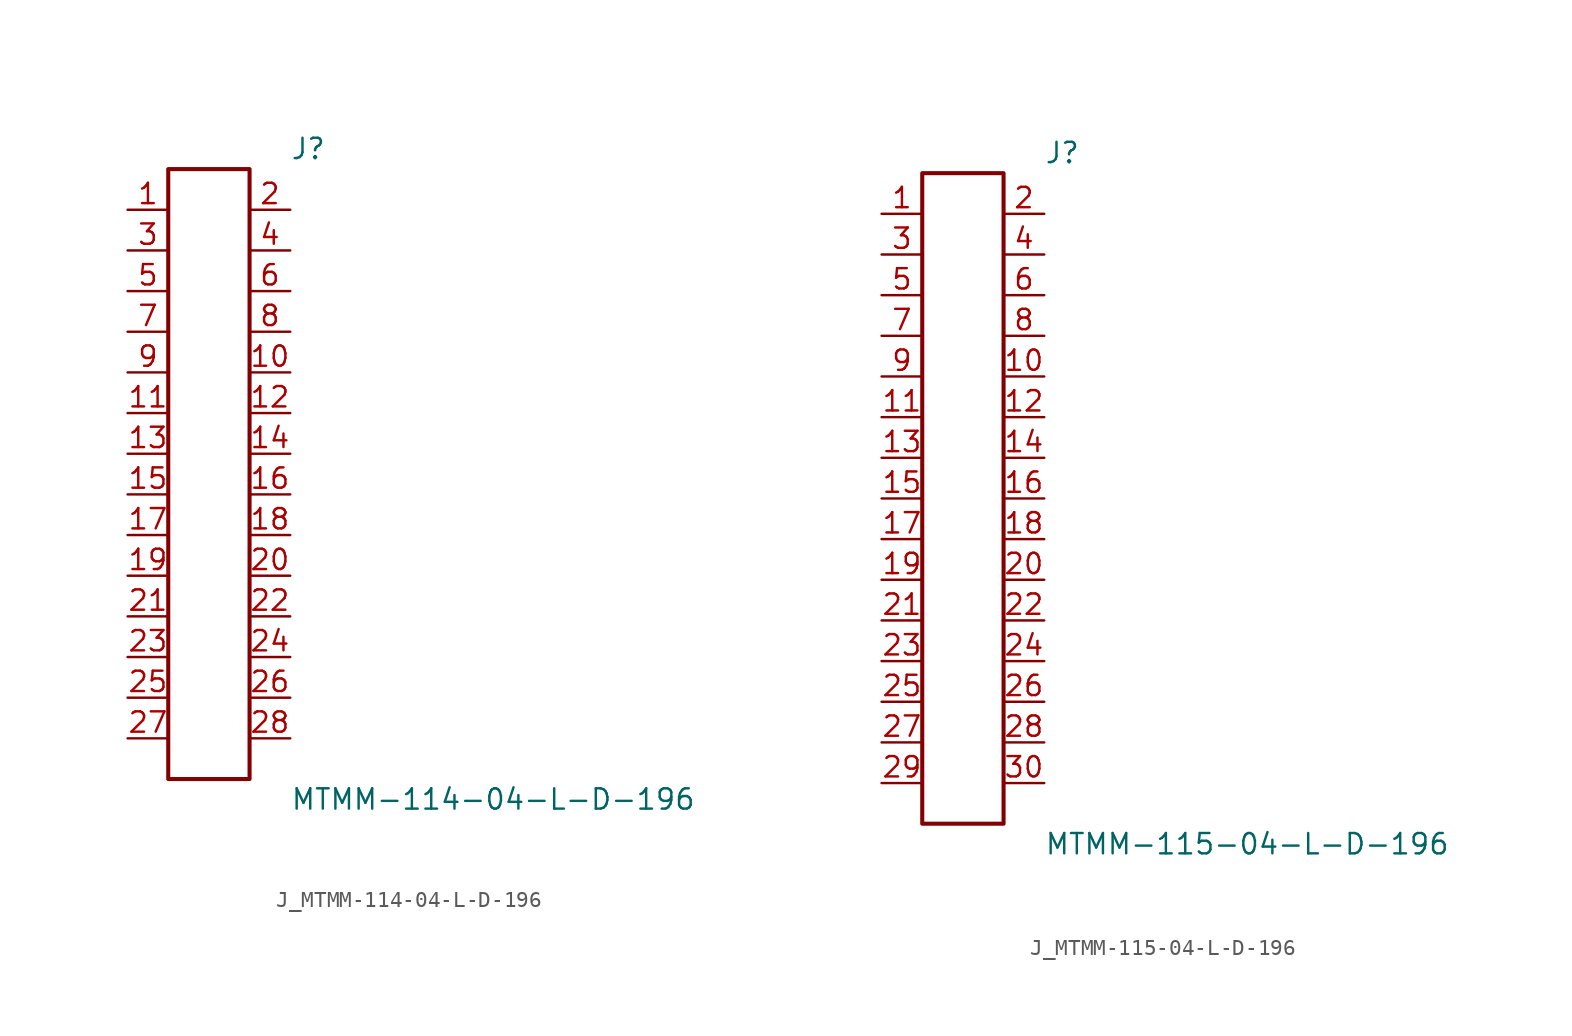
<source format=kicad_sym>
(kicad_symbol_lib
  (version 20231120)
  (generator kicad_symbol_editor)
  (generator_version 8.0)
  (symbol "J_MTMM-114-04-L-D-196"
    (pin_names
      (offset 0.254))
    (property "Reference" "J"
      (at 5.08 20.32 0)
      (effects (font (size 1.27 1.27)) (justify left)))
    (property "Value" "MTMM-114-04-L-D-196"
      (at 5.08 -20.32 0)
      (effects (font (size 1.27 1.27)) (justify left)))
    (symbol "J_MTMM-114-04-L-D-196_0_0"
      (pin passive line (at -5.08 16.51 0) (length 2.54) (name "" (effects (font (size 1.27 1.27)))) (number "1" (effects (font (size 1.27 1.27)))))
      (pin passive line (at 5.08 16.51 180) (length 2.54) (name "" (effects (font (size 1.27 1.27)))) (number "2" (effects (font (size 1.27 1.27)))))
      (pin passive line (at -5.08 13.97 0) (length 2.54) (name "" (effects (font (size 1.27 1.27)))) (number "3" (effects (font (size 1.27 1.27)))))
      (pin passive line (at 5.08 13.97 180) (length 2.54) (name "" (effects (font (size 1.27 1.27)))) (number "4" (effects (font (size 1.27 1.27)))))
      (pin passive line (at -5.08 11.43 0) (length 2.54) (name "" (effects (font (size 1.27 1.27)))) (number "5" (effects (font (size 1.27 1.27)))))
      (pin passive line (at 5.08 11.43 180) (length 2.54) (name "" (effects (font (size 1.27 1.27)))) (number "6" (effects (font (size 1.27 1.27)))))
      (pin passive line (at -5.08 8.89 0) (length 2.54) (name "" (effects (font (size 1.27 1.27)))) (number "7" (effects (font (size 1.27 1.27)))))
      (pin passive line (at 5.08 8.89 180) (length 2.54) (name "" (effects (font (size 1.27 1.27)))) (number "8" (effects (font (size 1.27 1.27)))))
      (pin passive line (at -5.08 6.35 0) (length 2.54) (name "" (effects (font (size 1.27 1.27)))) (number "9" (effects (font (size 1.27 1.27)))))
      (pin passive line (at 5.08 6.35 180) (length 2.54) (name "" (effects (font (size 1.27 1.27)))) (number "10" (effects (font (size 1.27 1.27)))))
      (pin passive line (at -5.08 3.81 0) (length 2.54) (name "" (effects (font (size 1.27 1.27)))) (number "11" (effects (font (size 1.27 1.27)))))
      (pin passive line (at 5.08 3.81 180) (length 2.54) (name "" (effects (font (size 1.27 1.27)))) (number "12" (effects (font (size 1.27 1.27)))))
      (pin passive line (at -5.08 1.27 0) (length 2.54) (name "" (effects (font (size 1.27 1.27)))) (number "13" (effects (font (size 1.27 1.27)))))
      (pin passive line (at 5.08 1.27 180) (length 2.54) (name "" (effects (font (size 1.27 1.27)))) (number "14" (effects (font (size 1.27 1.27)))))
      (pin passive line (at -5.08 -1.27 0) (length 2.54) (name "" (effects (font (size 1.27 1.27)))) (number "15" (effects (font (size 1.27 1.27)))))
      (pin passive line (at 5.08 -1.27 180) (length 2.54) (name "" (effects (font (size 1.27 1.27)))) (number "16" (effects (font (size 1.27 1.27)))))
      (pin passive line (at -5.08 -3.81 0) (length 2.54) (name "" (effects (font (size 1.27 1.27)))) (number "17" (effects (font (size 1.27 1.27)))))
      (pin passive line (at 5.08 -3.81 180) (length 2.54) (name "" (effects (font (size 1.27 1.27)))) (number "18" (effects (font (size 1.27 1.27)))))
      (pin passive line (at -5.08 -6.35 0) (length 2.54) (name "" (effects (font (size 1.27 1.27)))) (number "19" (effects (font (size 1.27 1.27)))))
      (pin passive line (at 5.08 -6.35 180) (length 2.54) (name "" (effects (font (size 1.27 1.27)))) (number "20" (effects (font (size 1.27 1.27)))))
      (pin passive line (at -5.08 -8.89 0) (length 2.54) (name "" (effects (font (size 1.27 1.27)))) (number "21" (effects (font (size 1.27 1.27)))))
      (pin passive line (at 5.08 -8.89 180) (length 2.54) (name "" (effects (font (size 1.27 1.27)))) (number "22" (effects (font (size 1.27 1.27)))))
      (pin passive line (at -5.08 -11.43 0) (length 2.54) (name "" (effects (font (size 1.27 1.27)))) (number "23" (effects (font (size 1.27 1.27)))))
      (pin passive line (at 5.08 -11.43 180) (length 2.54) (name "" (effects (font (size 1.27 1.27)))) (number "24" (effects (font (size 1.27 1.27)))))
      (pin passive line (at -5.08 -13.97 0) (length 2.54) (name "" (effects (font (size 1.27 1.27)))) (number "25" (effects (font (size 1.27 1.27)))))
      (pin passive line (at 5.08 -13.97 180) (length 2.54) (name "" (effects (font (size 1.27 1.27)))) (number "26" (effects (font (size 1.27 1.27)))))
      (pin passive line (at -5.08 -16.51 0) (length 2.54) (name "" (effects (font (size 1.27 1.27)))) (number "27" (effects (font (size 1.27 1.27)))))
      (pin passive line (at 5.08 -16.51 180) (length 2.54) (name "" (effects (font (size 1.27 1.27)))) (number "28" (effects (font (size 1.27 1.27))))))
    (symbol "J_MTMM-114-04-L-D-196_1_0"
      (rectangle (start -2.54 19.05) (end 2.54 -19.05) (stroke (width 0.254) (type solid)) (fill (type none)))))
  (symbol "J_MTMM-115-04-L-D-196"
    (pin_names
      (offset 0.254))
    (property "Reference" "J"
      (at 5.08 21.59 0)
      (effects (font (size 1.27 1.27)) (justify left)))
    (property "Value" "MTMM-115-04-L-D-196"
      (at 5.08 -21.59 0)
      (effects (font (size 1.27 1.27)) (justify left)))
    (symbol "J_MTMM-115-04-L-D-196_0_0"
      (pin passive line (at -5.08 17.78 0) (length 2.54) (name "" (effects (font (size 1.27 1.27)))) (number "1" (effects (font (size 1.27 1.27)))))
      (pin passive line (at 5.08 17.78 180) (length 2.54) (name "" (effects (font (size 1.27 1.27)))) (number "2" (effects (font (size 1.27 1.27)))))
      (pin passive line (at -5.08 15.24 0) (length 2.54) (name "" (effects (font (size 1.27 1.27)))) (number "3" (effects (font (size 1.27 1.27)))))
      (pin passive line (at 5.08 15.24 180) (length 2.54) (name "" (effects (font (size 1.27 1.27)))) (number "4" (effects (font (size 1.27 1.27)))))
      (pin passive line (at -5.08 12.7 0) (length 2.54) (name "" (effects (font (size 1.27 1.27)))) (number "5" (effects (font (size 1.27 1.27)))))
      (pin passive line (at 5.08 12.7 180) (length 2.54) (name "" (effects (font (size 1.27 1.27)))) (number "6" (effects (font (size 1.27 1.27)))))
      (pin passive line (at -5.08 10.16 0) (length 2.54) (name "" (effects (font (size 1.27 1.27)))) (number "7" (effects (font (size 1.27 1.27)))))
      (pin passive line (at 5.08 10.16 180) (length 2.54) (name "" (effects (font (size 1.27 1.27)))) (number "8" (effects (font (size 1.27 1.27)))))
      (pin passive line (at -5.08 7.62 0) (length 2.54) (name "" (effects (font (size 1.27 1.27)))) (number "9" (effects (font (size 1.27 1.27)))))
      (pin passive line (at 5.08 7.62 180) (length 2.54) (name "" (effects (font (size 1.27 1.27)))) (number "10" (effects (font (size 1.27 1.27)))))
      (pin passive line (at -5.08 5.08 0) (length 2.54) (name "" (effects (font (size 1.27 1.27)))) (number "11" (effects (font (size 1.27 1.27)))))
      (pin passive line (at 5.08 5.08 180) (length 2.54) (name "" (effects (font (size 1.27 1.27)))) (number "12" (effects (font (size 1.27 1.27)))))
      (pin passive line (at -5.08 2.54 0) (length 2.54) (name "" (effects (font (size 1.27 1.27)))) (number "13" (effects (font (size 1.27 1.27)))))
      (pin passive line (at 5.08 2.54 180) (length 2.54) (name "" (effects (font (size 1.27 1.27)))) (number "14" (effects (font (size 1.27 1.27)))))
      (pin passive line (at -5.08 0.0 0) (length 2.54) (name "" (effects (font (size 1.27 1.27)))) (number "15" (effects (font (size 1.27 1.27)))))
      (pin passive line (at 5.08 0.0 180) (length 2.54) (name "" (effects (font (size 1.27 1.27)))) (number "16" (effects (font (size 1.27 1.27)))))
      (pin passive line (at -5.08 -2.54 0) (length 2.54) (name "" (effects (font (size 1.27 1.27)))) (number "17" (effects (font (size 1.27 1.27)))))
      (pin passive line (at 5.08 -2.54 180) (length 2.54) (name "" (effects (font (size 1.27 1.27)))) (number "18" (effects (font (size 1.27 1.27)))))
      (pin passive line (at -5.08 -5.08 0) (length 2.54) (name "" (effects (font (size 1.27 1.27)))) (number "19" (effects (font (size 1.27 1.27)))))
      (pin passive line (at 5.08 -5.08 180) (length 2.54) (name "" (effects (font (size 1.27 1.27)))) (number "20" (effects (font (size 1.27 1.27)))))
      (pin passive line (at -5.08 -7.62 0) (length 2.54) (name "" (effects (font (size 1.27 1.27)))) (number "21" (effects (font (size 1.27 1.27)))))
      (pin passive line (at 5.08 -7.62 180) (length 2.54) (name "" (effects (font (size 1.27 1.27)))) (number "22" (effects (font (size 1.27 1.27)))))
      (pin passive line (at -5.08 -10.16 0) (length 2.54) (name "" (effects (font (size 1.27 1.27)))) (number "23" (effects (font (size 1.27 1.27)))))
      (pin passive line (at 5.08 -10.16 180) (length 2.54) (name "" (effects (font (size 1.27 1.27)))) (number "24" (effects (font (size 1.27 1.27)))))
      (pin passive line (at -5.08 -12.7 0) (length 2.54) (name "" (effects (font (size 1.27 1.27)))) (number "25" (effects (font (size 1.27 1.27)))))
      (pin passive line (at 5.08 -12.7 180) (length 2.54) (name "" (effects (font (size 1.27 1.27)))) (number "26" (effects (font (size 1.27 1.27)))))
      (pin passive line (at -5.08 -15.24 0) (length 2.54) (name "" (effects (font (size 1.27 1.27)))) (number "27" (effects (font (size 1.27 1.27)))))
      (pin passive line (at 5.08 -15.24 180) (length 2.54) (name "" (effects (font (size 1.27 1.27)))) (number "28" (effects (font (size 1.27 1.27)))))
      (pin passive line (at -5.08 -17.78 0) (length 2.54) (name "" (effects (font (size 1.27 1.27)))) (number "29" (effects (font (size 1.27 1.27)))))
      (pin passive line (at 5.08 -17.78 180) (length 2.54) (name "" (effects (font (size 1.27 1.27)))) (number "30" (effects (font (size 1.27 1.27))))))
    (symbol "J_MTMM-115-04-L-D-196_1_0"
      (rectangle (start -2.54 20.32) (end 2.54 -20.32) (stroke (width 0.254) (type solid)) (fill (type none))))))
</source>
